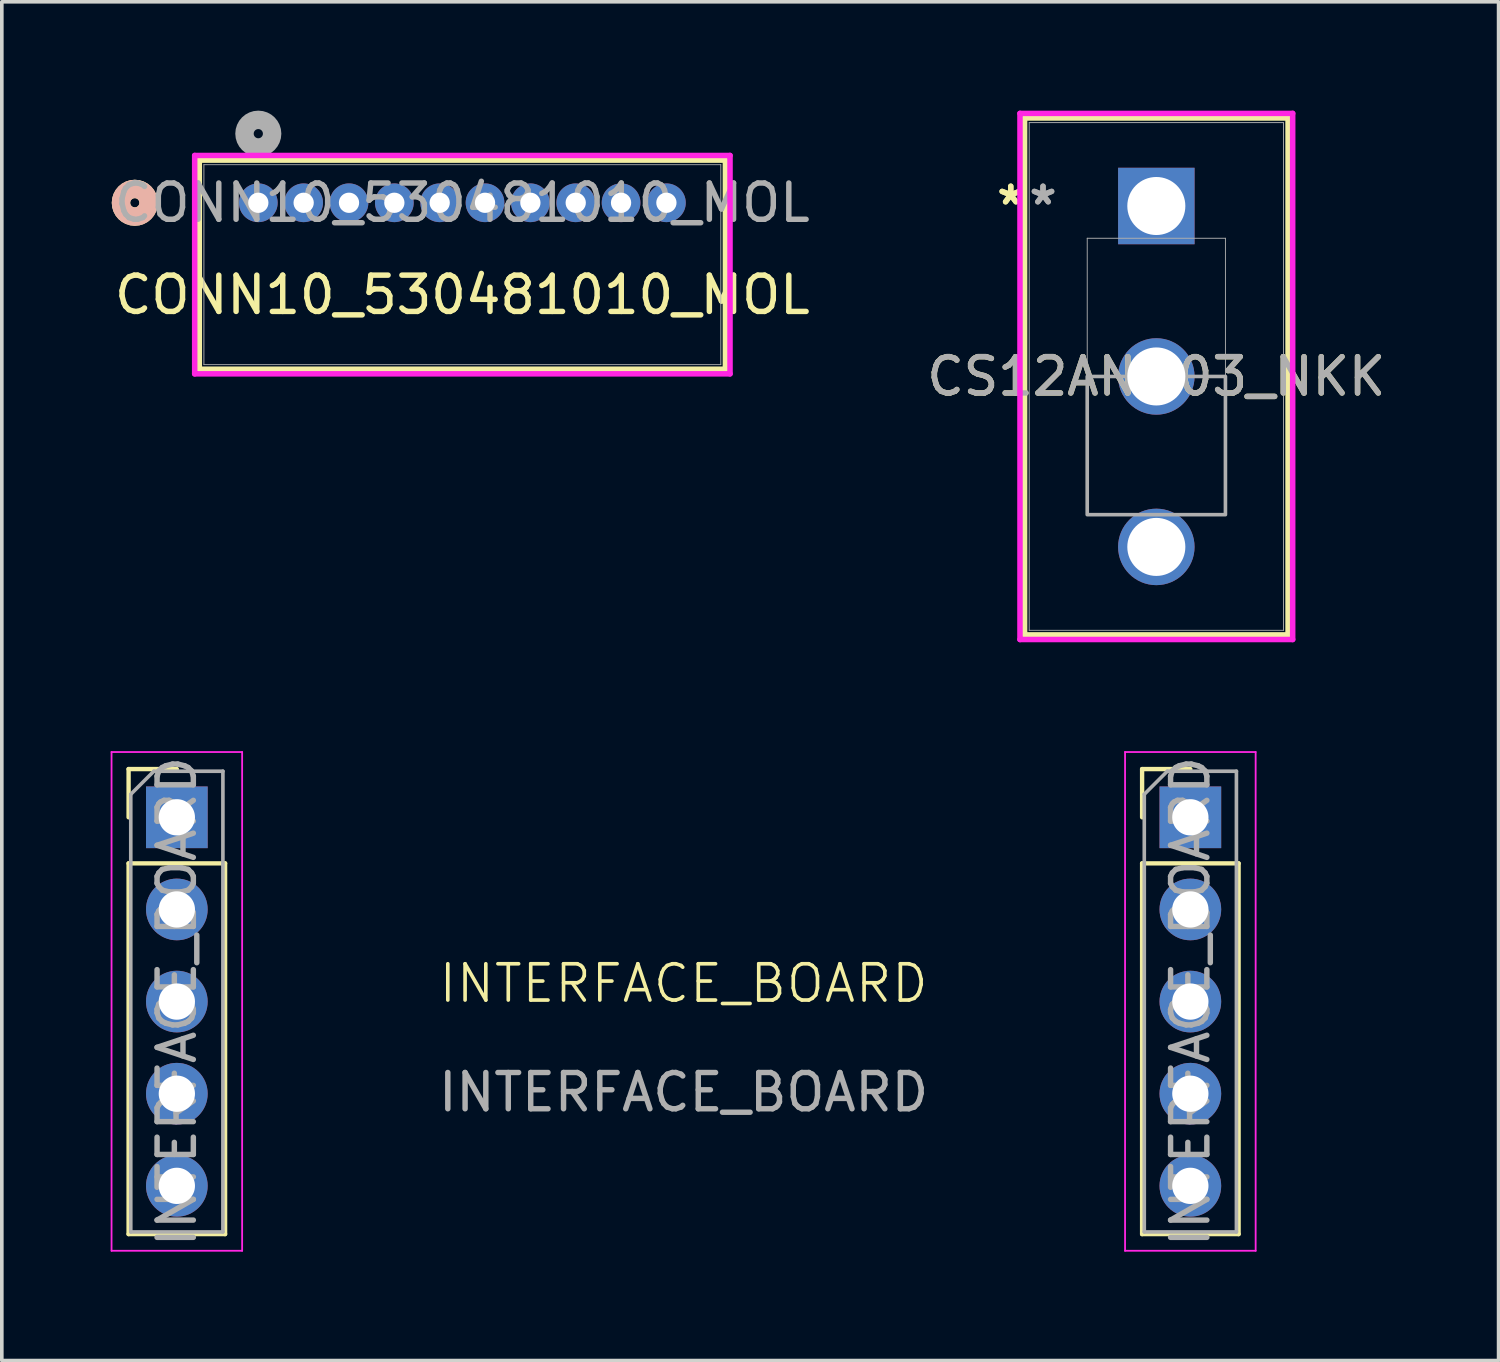
<source format=kicad_pcb>
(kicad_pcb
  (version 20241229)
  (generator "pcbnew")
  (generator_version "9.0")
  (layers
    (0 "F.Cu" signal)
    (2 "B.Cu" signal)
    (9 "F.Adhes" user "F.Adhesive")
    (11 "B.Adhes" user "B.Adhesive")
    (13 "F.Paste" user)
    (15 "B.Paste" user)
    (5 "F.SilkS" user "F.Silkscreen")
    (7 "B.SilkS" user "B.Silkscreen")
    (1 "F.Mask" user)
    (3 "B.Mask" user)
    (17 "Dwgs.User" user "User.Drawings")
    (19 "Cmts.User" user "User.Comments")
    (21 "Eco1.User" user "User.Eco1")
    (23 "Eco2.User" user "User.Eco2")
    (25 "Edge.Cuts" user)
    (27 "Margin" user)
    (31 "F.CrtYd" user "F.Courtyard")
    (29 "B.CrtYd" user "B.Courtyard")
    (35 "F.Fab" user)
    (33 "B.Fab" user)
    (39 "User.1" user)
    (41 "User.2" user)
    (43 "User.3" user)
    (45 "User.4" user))
  (footprint "CONN10_530481010_MOL"
    (layer "F.Cu")
    (at 9.696 3.776)
    (property "Reference" "CONN10_530481010_MOL" (at 0 1.304 0) (unlocked yes) (layer "F.SilkS") (effects (font (size 1 1) (thickness 0.15))))
    (attr through_hole)
    (fp_line (start -7.252 -2.413) (end -7.252 3.353) (stroke (width 0.152) (type solid)) (layer "F.SilkS"))
    (fp_line (start -7.252 3.353) (end 7.252 3.353) (stroke (width 0.152) (type solid)) (layer "F.SilkS"))
    (fp_line (start 7.252 -2.413) (end -7.252 -2.413) (stroke (width 0.152) (type solid)) (layer "F.SilkS"))
    (fp_line (start 7.252 3.353) (end 7.252 -2.413) (stroke (width 0.152) (type solid)) (layer "F.SilkS"))
    (fp_circle (center -9.03 -1.236) (end -8.649 -1.236) (stroke (width 0.508) (type solid)) (fill no) (layer "F.SilkS"))
    (fp_circle (center -9.03 -1.236) (end -8.649 -1.236) (stroke (width 0.508) (type solid)) (fill no) (layer "B.SilkS"))
    (fp_line (start -7.379 -2.54) (end -7.379 3.48) (stroke (width 0.152) (type solid)) (layer "F.CrtYd"))
    (fp_line (start -7.379 3.48) (end 7.379 3.48) (stroke (width 0.152) (type solid)) (layer "F.CrtYd"))
    (fp_line (start 7.379 -2.54) (end -7.379 -2.54) (stroke (width 0.152) (type solid)) (layer "F.CrtYd"))
    (fp_line (start 7.379 3.48) (end 7.379 -2.54) (stroke (width 0.152) (type solid)) (layer "F.CrtYd"))
    (fp_line (start -7.125 -2.286) (end -7.125 3.226) (stroke (width 0.025) (type solid)) (layer "F.Fab"))
    (fp_line (start -7.125 3.226) (end 7.125 3.226) (stroke (width 0.025) (type solid)) (layer "F.Fab"))
    (fp_line (start 7.125 -2.286) (end -7.125 -2.286) (stroke (width 0.025) (type solid)) (layer "F.Fab"))
    (fp_line (start 7.125 3.226) (end 7.125 -2.286) (stroke (width 0.025) (type solid)) (layer "F.Fab"))
    (fp_circle (center -5.625 -3.141) (end -5.244 -3.141) (stroke (width 0.508) (type solid)) (fill no) (layer "F.Fab"))
    (fp_text user "${REFERENCE}" (at 0 -1.236 0) (unlocked yes) (layer "F.Fab") (effects (font (size 1 1) (thickness 0.15))))
    (pad "1" thru_hole circle (at -5.625 -1.236) (size 1.067 1.067) (drill 0.559) (layers "*.Cu" "*.Mask"))
    (pad "2" thru_hole circle (at -4.375 -1.236) (size 1.067 1.067) (drill 0.559) (layers "*.Cu" "*.Mask"))
    (pad "3" thru_hole circle (at -3.125 -1.236) (size 1.067 1.067) (drill 0.559) (layers "*.Cu" "*.Mask"))
    (pad "4" thru_hole circle (at -1.875 -1.236) (size 1.067 1.067) (drill 0.559) (layers "*.Cu" "*.Mask"))
    (pad "5" thru_hole circle (at -0.625 -1.236) (size 1.067 1.067) (drill 0.559) (layers "*.Cu" "*.Mask"))
    (pad "6" thru_hole circle (at 0.625 -1.236) (size 1.067 1.067) (drill 0.559) (layers "*.Cu" "*.Mask"))
    (pad "7" thru_hole circle (at 1.875 -1.236) (size 1.067 1.067) (drill 0.559) (layers "*.Cu" "*.Mask"))
    (pad "8" thru_hole circle (at 3.125 -1.236) (size 1.067 1.067) (drill 0.559) (layers "*.Cu" "*.Mask"))
    (pad "9" thru_hole circle (at 4.375 -1.236) (size 1.067 1.067) (drill 0.559) (layers "*.Cu" "*.Mask"))
    (pad "10" thru_hole circle (at 5.625 -1.236) (size 1.067 1.067) (drill 0.559) (layers "*.Cu" "*.Mask")))
  (footprint "CS12ANW03_NKK"
    (layer "F.Cu")
    (at 28.827 2.629)
    (property "Reference" "CS12ANW03_NKK" (at 0 4.699 0) (unlocked yes) (layer "F.SilkS") (effects (font (size 1 1) (thickness 0.15))))
    (attr through_hole)
    (fp_line (start -3.632 -2.426) (end -3.632 11.824) (stroke (width 0.152) (type solid)) (layer "F.SilkS"))
    (fp_line (start -3.632 11.824) (end 3.632 11.824) (stroke (width 0.152) (type solid)) (layer "F.SilkS"))
    (fp_line (start 3.632 -2.426) (end -3.632 -2.426) (stroke (width 0.152) (type solid)) (layer "F.SilkS"))
    (fp_line (start 3.632 11.824) (end 3.632 -2.426) (stroke (width 0.152) (type solid)) (layer "F.SilkS"))
    (fp_line (start -3.759 -2.553) (end -3.759 11.951) (stroke (width 0.152) (type solid)) (layer "F.CrtYd"))
    (fp_line (start -3.759 11.951) (end 3.759 11.951) (stroke (width 0.152) (type solid)) (layer "F.CrtYd"))
    (fp_line (start 3.759 -2.553) (end -3.759 -2.553) (stroke (width 0.152) (type solid)) (layer "F.CrtYd"))
    (fp_line (start 3.759 11.951) (end 3.759 -2.553) (stroke (width 0.152) (type solid)) (layer "F.CrtYd"))
    (fp_line (start -3.505 -2.299) (end -3.505 11.697) (stroke (width 0.025) (type solid)) (layer "F.Fab"))
    (fp_line (start -3.505 11.697) (end 3.505 11.697) (stroke (width 0.025) (type solid)) (layer "F.Fab"))
    (fp_line (start -1.905 0.889) (end 1.905 0.889) (stroke (width 0.025) (type solid)) (layer "F.Fab"))
    (fp_line (start -1.905 8.509) (end -1.905 0.889) (stroke (width 0.025) (type solid)) (layer "F.Fab"))
    (fp_line (start 1.905 0.889) (end 1.905 8.509) (stroke (width 0.025) (type solid)) (layer "F.Fab"))
    (fp_line (start 1.905 8.509) (end -1.905 8.509) (stroke (width 0.025) (type solid)) (layer "F.Fab"))
    (fp_line (start 3.505 -2.299) (end -3.505 -2.299) (stroke (width 0.025) (type solid)) (layer "F.Fab"))
    (fp_line (start 3.505 11.697) (end 3.505 -2.299) (stroke (width 0.025) (type solid)) (layer "F.Fab"))
    (fp_poly (pts (xy -1.905 8.509) (xy -1.905 4.699) (xy 1.905 4.699) (xy 1.905 8.509)) (stroke (width 0.1) (type solid)) (fill no) (layer "F.Fab"))
    (fp_text user "*" (at -4.013 0 0) (layer "F.SilkS") (effects (font (size 1 1) (thickness 0.15))))
    (fp_text user "*" (at -4.013 0 0) (unlocked yes) (layer "F.SilkS") (effects (font (size 1 1) (thickness 0.15))))
    (fp_text user "*" (at -3.124 0 0) (unlocked yes) (layer "F.Fab") (effects (font (size 1 1) (thickness 0.15))))
    (fp_text user "${REFERENCE}" (at 0 4.699 0) (unlocked yes) (layer "F.Fab") (effects (font (size 1 1) (thickness 0.15))))
    (fp_text user "*" (at -3.124 0 0) (layer "F.Fab") (effects (font (size 1 1) (thickness 0.15))))
    (pad "1" thru_hole rect (at 0 0) (size 2.108 2.108) (drill 1.6) (layers "*.Cu" "*.Mask"))
    (pad "2" thru_hole circle (at 0 4.699) (size 2.108 2.108) (drill 1.6) (layers "*.Cu" "*.Mask"))
    (pad "3" thru_hole circle (at 0 9.398) (size 2.108 2.108) (drill 1.6) (layers "*.Cu" "*.Mask")))
  (footprint "INTERFACE_BOARD"
    (layer "F.Cu")
    (at 15.795 24.561)
    (property "Reference" "INTERFACE_BOARD" (at 0 -0.5 0) (unlocked yes) (layer "F.SilkS") (effects (font (size 1 1) (thickness 0.1))))
    (attr smd)
    (fp_line (start -15.3 -6.41) (end -13.97 -6.41) (stroke (width 0.12) (type solid)) (layer "F.SilkS"))
    (fp_line (start -15.3 -5.08) (end -15.3 -6.41) (stroke (width 0.12) (type solid)) (layer "F.SilkS"))
    (fp_line (start -15.3 -3.81) (end -15.3 6.41) (stroke (width 0.12) (type solid)) (layer "F.SilkS"))
    (fp_line (start -15.3 -3.81) (end -12.64 -3.81) (stroke (width 0.12) (type solid)) (layer "F.SilkS"))
    (fp_line (start -15.3 6.41) (end -12.64 6.41) (stroke (width 0.12) (type solid)) (layer "F.SilkS"))
    (fp_line (start -12.64 -3.81) (end -12.64 6.41) (stroke (width 0.12) (type solid)) (layer "F.SilkS"))
    (fp_line (start 12.64 -6.41) (end 13.97 -6.41) (stroke (width 0.12) (type solid)) (layer "F.SilkS"))
    (fp_line (start 12.64 -5.08) (end 12.64 -6.41) (stroke (width 0.12) (type solid)) (layer "F.SilkS"))
    (fp_line (start 12.64 -3.81) (end 12.64 6.41) (stroke (width 0.12) (type solid)) (layer "F.SilkS"))
    (fp_line (start 12.64 -3.81) (end 15.3 -3.81) (stroke (width 0.12) (type solid)) (layer "F.SilkS"))
    (fp_line (start 12.64 6.41) (end 15.3 6.41) (stroke (width 0.12) (type solid)) (layer "F.SilkS"))
    (fp_line (start 15.3 -3.81) (end 15.3 6.41) (stroke (width 0.12) (type solid)) (layer "F.SilkS"))
    (fp_line (start -15.77 -6.88) (end -15.77 6.87) (stroke (width 0.05) (type solid)) (layer "F.CrtYd"))
    (fp_line (start -15.77 6.87) (end -12.17 6.87) (stroke (width 0.05) (type solid)) (layer "F.CrtYd"))
    (fp_line (start -12.17 -6.88) (end -15.77 -6.88) (stroke (width 0.05) (type solid)) (layer "F.CrtYd"))
    (fp_line (start -12.17 6.87) (end -12.17 -6.88) (stroke (width 0.05) (type solid)) (layer "F.CrtYd"))
    (fp_line (start 12.17 -6.88) (end 12.17 6.87) (stroke (width 0.05) (type solid)) (layer "F.CrtYd"))
    (fp_line (start 12.17 6.87) (end 15.77 6.87) (stroke (width 0.05) (type solid)) (layer "F.CrtYd"))
    (fp_line (start 15.77 -6.88) (end 12.17 -6.88) (stroke (width 0.05) (type solid)) (layer "F.CrtYd"))
    (fp_line (start 15.77 6.87) (end 15.77 -6.88) (stroke (width 0.05) (type solid)) (layer "F.CrtYd"))
    (fp_line (start -15.24 -5.715) (end -14.605 -6.35) (stroke (width 0.1) (type solid)) (layer "F.Fab"))
    (fp_line (start -15.24 6.35) (end -15.24 -5.715) (stroke (width 0.1) (type solid)) (layer "F.Fab"))
    (fp_line (start -14.605 -6.35) (end -12.7 -6.35) (stroke (width 0.1) (type solid)) (layer "F.Fab"))
    (fp_line (start -12.7 -6.35) (end -12.7 6.35) (stroke (width 0.1) (type solid)) (layer "F.Fab"))
    (fp_line (start -12.7 6.35) (end -15.24 6.35) (stroke (width 0.1) (type solid)) (layer "F.Fab"))
    (fp_line (start 12.7 -5.715) (end 13.335 -6.35) (stroke (width 0.1) (type solid)) (layer "F.Fab"))
    (fp_line (start 12.7 6.35) (end 12.7 -5.715) (stroke (width 0.1) (type solid)) (layer "F.Fab"))
    (fp_line (start 13.335 -6.35) (end 15.24 -6.35) (stroke (width 0.1) (type solid)) (layer "F.Fab"))
    (fp_line (start 15.24 -6.35) (end 15.24 6.35) (stroke (width 0.1) (type solid)) (layer "F.Fab"))
    (fp_line (start 15.24 6.35) (end 12.7 6.35) (stroke (width 0.1) (type solid)) (layer "F.Fab"))
    (fp_text user "${REFERENCE}" (at 0 2.5 0) (unlocked yes) (layer "F.Fab") (effects (font (size 1 1) (thickness 0.15))))
    (fp_text user "${REFERENCE}" (at -13.97 0 90) (layer "F.Fab") (effects (font (size 1 1) (thickness 0.15))))
    (fp_text user "${REFERENCE}" (at 13.97 0 90) (layer "F.Fab") (effects (font (size 1 1) (thickness 0.15))))
    (pad "1" thru_hole rect (at -13.97 -5.08) (size 1.7 1.7) (drill 1) (layers "*.Cu" "*.Mask"))
    (pad "2" thru_hole oval (at -13.97 -2.54) (size 1.7 1.7) (drill 1) (layers "*.Cu" "*.Mask"))
    (pad "3" thru_hole oval (at -13.97 0) (size 1.7 1.7) (drill 1) (layers "*.Cu" "*.Mask"))
    (pad "4" thru_hole oval (at -13.97 2.54) (size 1.7 1.7) (drill 1) (layers "*.Cu" "*.Mask"))
    (pad "5" thru_hole oval (at -13.97 5.08) (size 1.7 1.7) (drill 1) (layers "*.Cu" "*.Mask"))
    (pad "6" thru_hole rect (at 13.97 -5.08) (size 1.7 1.7) (drill 1) (layers "*.Cu" "*.Mask"))
    (pad "7" thru_hole oval (at 13.97 -2.54) (size 1.7 1.7) (drill 1) (layers "*.Cu" "*.Mask"))
    (pad "8" thru_hole oval (at 13.97 0) (size 1.7 1.7) (drill 1) (layers "*.Cu" "*.Mask"))
    (pad "9" thru_hole oval (at 13.97 2.54) (size 1.7 1.7) (drill 1) (layers "*.Cu" "*.Mask"))
    (pad "10" thru_hole oval (at 13.97 5.08) (size 1.7 1.7) (drill 1) (layers "*.Cu" "*.Mask")))
  (gr_rect
    (start -3 -3)
    (end 38.262 34.456)
    (stroke (width 0.1) (type default))
    (fill no)
    (layer "Edge.Cuts")))
</source>
